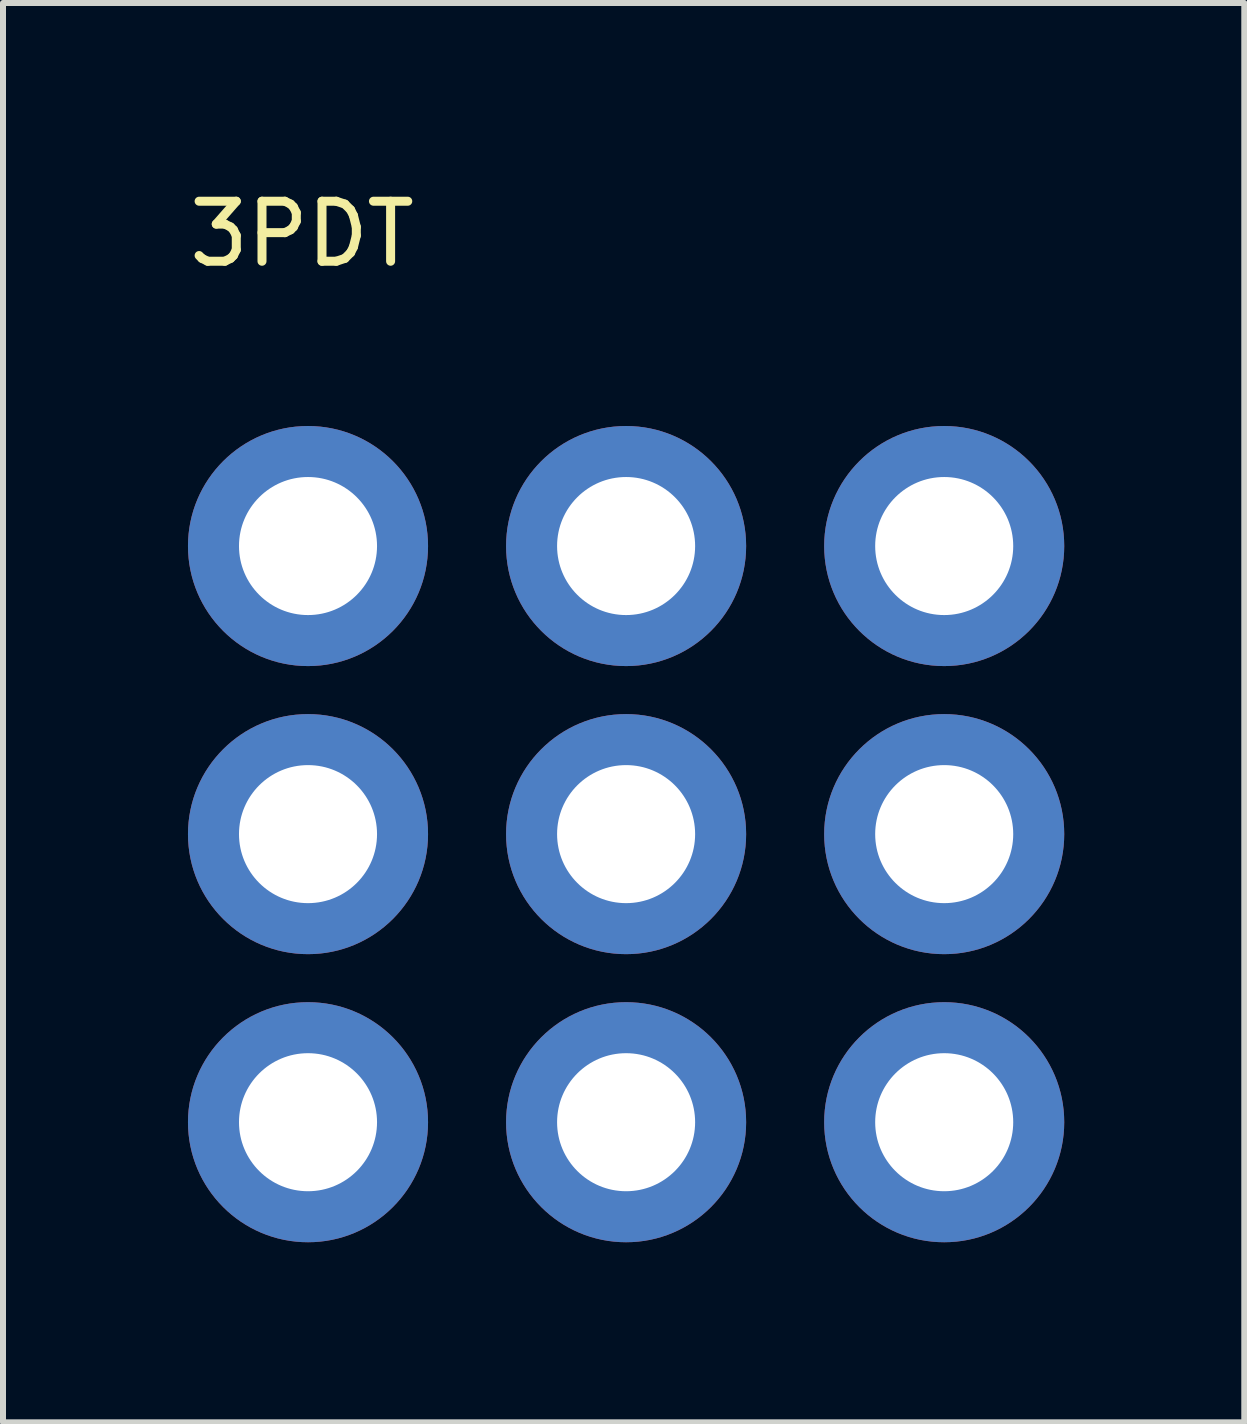
<source format=kicad_pcb>
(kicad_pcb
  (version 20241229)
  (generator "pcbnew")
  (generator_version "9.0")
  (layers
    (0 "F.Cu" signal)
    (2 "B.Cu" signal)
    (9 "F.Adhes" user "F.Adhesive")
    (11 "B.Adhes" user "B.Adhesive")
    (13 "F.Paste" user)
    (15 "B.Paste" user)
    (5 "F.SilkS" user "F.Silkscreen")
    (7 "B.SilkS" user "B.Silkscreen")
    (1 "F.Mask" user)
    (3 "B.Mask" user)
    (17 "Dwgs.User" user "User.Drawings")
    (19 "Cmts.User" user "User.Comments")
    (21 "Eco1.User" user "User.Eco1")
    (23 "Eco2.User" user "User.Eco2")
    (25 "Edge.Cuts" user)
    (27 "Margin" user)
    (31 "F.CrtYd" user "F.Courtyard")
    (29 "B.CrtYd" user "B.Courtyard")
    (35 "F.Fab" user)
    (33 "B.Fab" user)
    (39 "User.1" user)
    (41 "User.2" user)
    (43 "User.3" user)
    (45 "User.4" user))
  (footprint "3PDT"
    (layer "F.Cu")
    (at 2.082 15.648)
    (property "Reference" "3PDT" (at -0.1 -14.8 0) (layer "F.SilkS") (effects (font (size 1 1) (thickness 0.15))))
    (attr through_hole)
    (pad "1" thru_hole circle (at 0 0) (size 4 4) (drill 2.3) (layers "*.Cu" "*.Mask"))
    (pad "2" thru_hole circle (at 5.3 0) (size 4 4) (drill 2.3) (layers "*.Cu" "*.Mask"))
    (pad "3" thru_hole circle (at 10.6 0) (size 4 4) (drill 2.3) (layers "*.Cu" "*.Mask"))
    (pad "4" thru_hole circle (at 0 -4.8) (size 4 4) (drill 2.3) (layers "*.Cu" "*.Mask"))
    (pad "5" thru_hole circle (at 5.3 -4.8) (size 4 4) (drill 2.3) (layers "*.Cu" "*.Mask"))
    (pad "6" thru_hole circle (at 10.6 -4.8) (size 4 4) (drill 2.3) (layers "*.Cu" "*.Mask"))
    (pad "7" thru_hole circle (at 0 -9.6) (size 4 4) (drill 2.3) (layers "*.Cu" "*.Mask"))
    (pad "8" thru_hole circle (at 5.3 -9.6) (size 4 4) (drill 2.3) (layers "*.Cu" "*.Mask"))
    (pad "9" thru_hole circle (at 10.6 -9.6) (size 4 4) (drill 2.3) (layers "*.Cu" "*.Mask")))
  (gr_rect
    (start -3 -3)
    (end 17.682 20.648)
    (stroke (width 0.1) (type default))
    (fill no)
    (layer "Edge.Cuts")))
</source>
